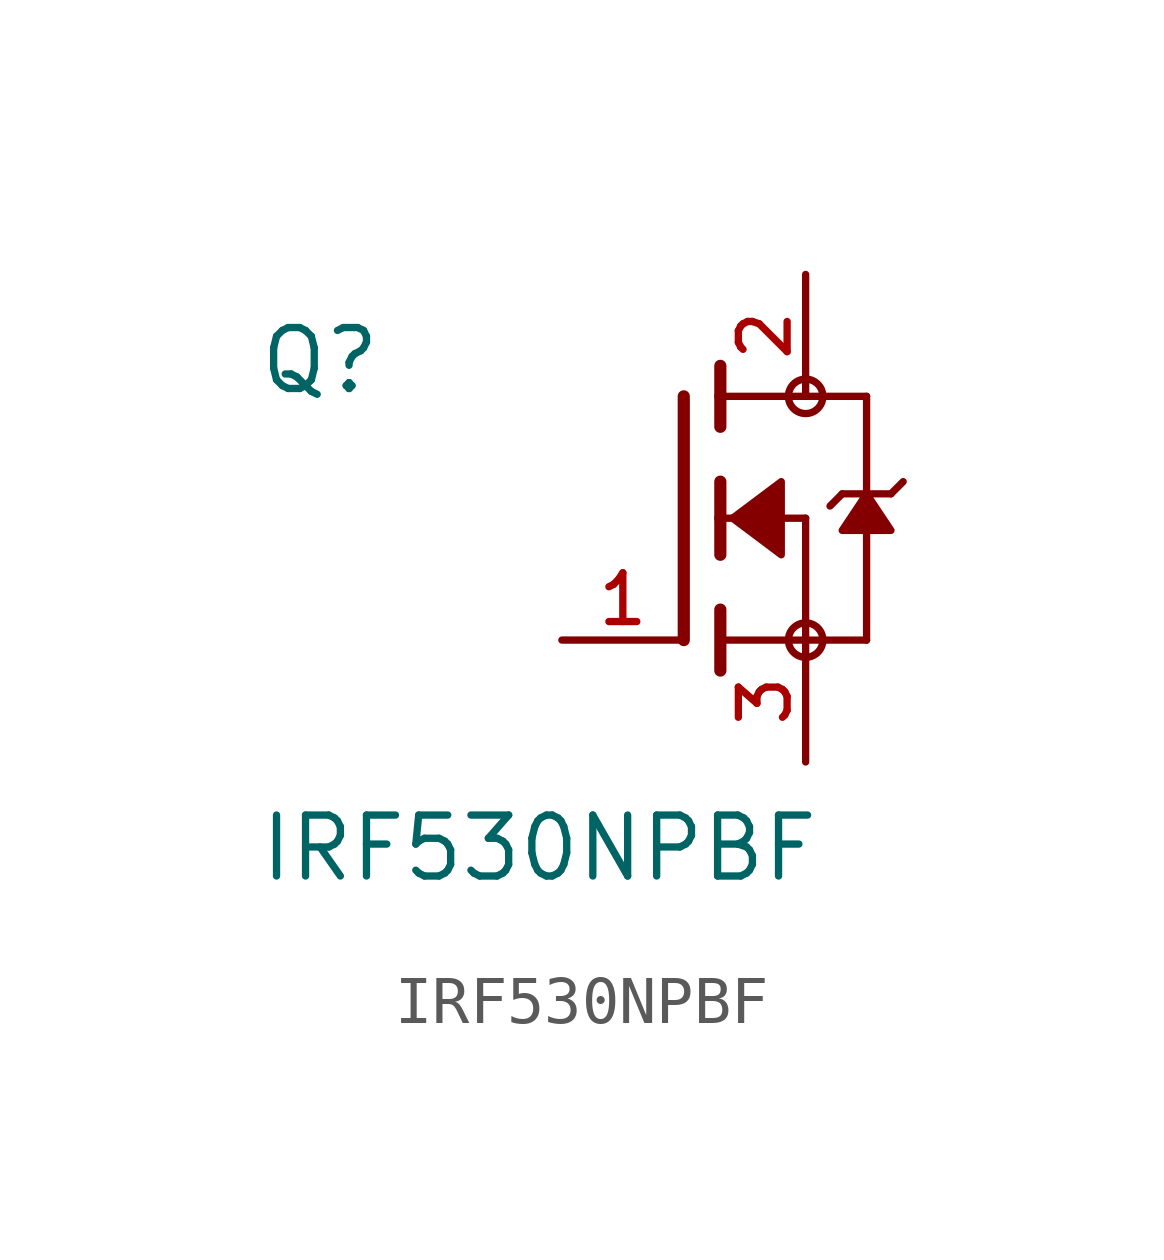
<source format=kicad_sym>
(kicad_symbol_lib
  (version 20211014)
  (generator kicad_symbol_editor)
  (symbol "IRF530NPBF"
    (pin_names
      (offset 1.016))
    (property "Reference" "Q"
      (at -8.89 2.54 0)
      (effects (font (size 1.27 1.27)) (justify bottom left)))
    (property "Value" "IRF530NPBF"
      (at -8.89 -7.62 0)
      (effects (font (size 1.27 1.27)) (justify bottom left)))
    (symbol "IRF530NPBF_0_0"
      (polyline (pts (xy 0.762 0.762) (xy 0.762 0.0)) (stroke (width 0.254)))
      (polyline (pts (xy 0.762 0.0) (xy 0.762 -0.762)) (stroke (width 0.254)))
      (polyline (pts (xy 0.762 3.175) (xy 0.762 2.54)) (stroke (width 0.254)))
      (polyline (pts (xy 0.762 2.54) (xy 0.762 1.905)) (stroke (width 0.254)))
      (polyline (pts (xy 0.762 0.0) (xy 2.54 0.0)) (stroke (width 0.152)))
      (polyline (pts (xy 2.54 0.0) (xy 2.54 -2.54)) (stroke (width 0.152)))
      (polyline (pts (xy 0.762 -1.905) (xy 0.762 -3.175)) (stroke (width 0.254)))
      (polyline (pts (xy 0.0 2.54) (xy 0.0 -2.54)) (stroke (width 0.254)))
      (polyline (pts (xy 3.81 -2.54) (xy 0.762 -2.54)) (stroke (width 0.152)))
      (polyline (pts (xy 3.81 2.54) (xy 3.81 0.508)) (stroke (width 0.152)))
      (polyline (pts (xy 3.81 0.508) (xy 3.81 -2.54)) (stroke (width 0.152)))
      (polyline (pts (xy 0.762 2.54) (xy 3.81 2.54)) (stroke (width 0.152)))
      (polyline (pts (xy 4.572 0.762) (xy 4.318 0.508)) (stroke (width 0.152)))
      (polyline (pts (xy 4.318 0.508) (xy 3.81 0.508)) (stroke (width 0.152)))
      (polyline (pts (xy 3.81 0.508) (xy 3.302 0.508)) (stroke (width 0.152)))
      (polyline (pts (xy 3.302 0.508) (xy 3.048 0.254)) (stroke (width 0.152)))
      (circle (center 2.54 -2.54) (radius 0.359) (stroke (width 0.0)) (fill (type none)))
      (circle (center 2.54 2.54) (radius 0.359) (stroke (width 0.0)) (fill (type none)))
      (polyline (pts (xy 3.81 0.508) (xy 3.302 -0.254) (xy 4.318 -0.254) (xy 3.81 0.508)) (stroke (width 0.152)) (fill (type outline)))
      (polyline (pts (xy 1.016 0.0) (xy 2.032 0.762) (xy 2.032 -0.762) (xy 1.016 0.0)) (stroke (width 0.152)) (fill (type outline)))
      (pin passive line (at 2.54 -5.08 90.0) (length 2.54) (name "~" (effects (font (size 1.016 1.016)))) (number "3" (effects (font (size 1.016 1.016)))))
      (pin passive line (at -2.54 -2.54 0) (length 2.54) (name "~" (effects (font (size 1.016 1.016)))) (number "1" (effects (font (size 1.016 1.016)))))
      (pin passive line (at 2.54 5.08 270.0) (length 2.54) (name "~" (effects (font (size 1.016 1.016)))) (number "2" (effects (font (size 1.016 1.016))))))))
</source>
